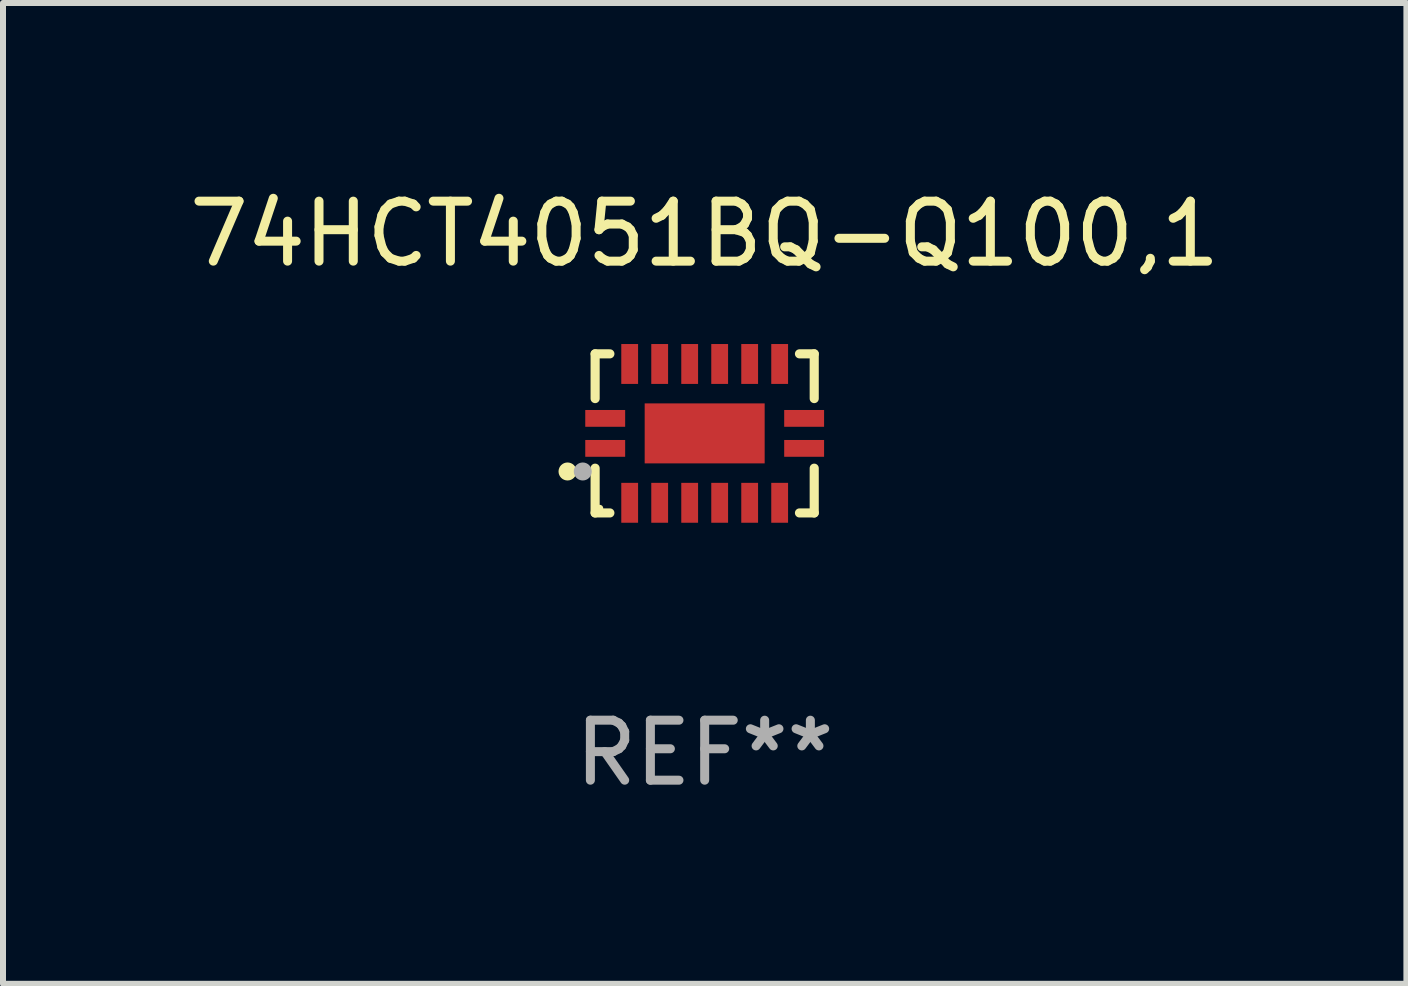
<source format=kicad_pcb>
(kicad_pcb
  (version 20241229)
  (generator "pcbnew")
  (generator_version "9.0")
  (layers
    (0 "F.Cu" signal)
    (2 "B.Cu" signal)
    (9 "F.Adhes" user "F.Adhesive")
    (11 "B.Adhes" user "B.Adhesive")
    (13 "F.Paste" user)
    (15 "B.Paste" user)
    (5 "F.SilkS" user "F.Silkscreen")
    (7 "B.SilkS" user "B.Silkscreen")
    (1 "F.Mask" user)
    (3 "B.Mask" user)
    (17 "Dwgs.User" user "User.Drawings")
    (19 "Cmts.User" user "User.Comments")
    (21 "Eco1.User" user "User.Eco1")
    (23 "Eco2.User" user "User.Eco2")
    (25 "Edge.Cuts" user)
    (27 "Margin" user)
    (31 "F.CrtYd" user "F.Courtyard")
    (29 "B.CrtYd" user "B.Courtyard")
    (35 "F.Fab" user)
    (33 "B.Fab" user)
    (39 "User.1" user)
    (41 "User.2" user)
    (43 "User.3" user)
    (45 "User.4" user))
  (footprint "74HCT4051BQ-Q100,1"
    (layer "F.Cu")
    (at 8.696 4.174)
    (property "Reference" "74HCT4051BQ-Q100,1" (at 0 -3.326 0) (layer "F.SilkS") (effects (font (size 1 1) (thickness 0.15))))
    (attr through_hole)
    (fp_line (start -1.826 -1.326) (end -1.58 -1.326) (stroke (width 0.152) (type solid)) (layer "F.SilkS"))
    (fp_line (start -1.826 -0.58) (end -1.826 -1.326) (stroke (width 0.152) (type solid)) (layer "F.SilkS"))
    (fp_line (start -1.826 0.58) (end -1.826 1.326) (stroke (width 0.152) (type solid)) (layer "F.SilkS"))
    (fp_line (start -1.826 1.326) (end -1.58 1.326) (stroke (width 0.152) (type solid)) (layer "F.SilkS"))
    (fp_line (start 1.826 -1.326) (end 1.58 -1.326) (stroke (width 0.152) (type solid)) (layer "F.SilkS"))
    (fp_line (start 1.826 -0.58) (end 1.826 -1.326) (stroke (width 0.152) (type solid)) (layer "F.SilkS"))
    (fp_line (start 1.826 0.58) (end 1.826 1.326) (stroke (width 0.152) (type solid)) (layer "F.SilkS"))
    (fp_line (start 1.826 1.326) (end 1.58 1.326) (stroke (width 0.152) (type solid)) (layer "F.SilkS"))
    (fp_circle (center -2.286 0.635) (end -2.211 0.635) (stroke (width 0.15) (type solid)) (fill no) (layer "F.SilkS"))
    (fp_circle (center -1.75 1.25) (end -1.72 1.25) (stroke (width 0.06) (type solid)) (fill no) (layer "F.SilkS"))
    (fp_circle (center -2.032 0.635) (end -1.957 0.635) (stroke (width 0.15) (type solid)) (fill no) (layer "F.Fab"))
    (fp_text user "REF**" (at 0 5.326 0) (layer "F.Fab") (effects (font (size 1 1) (thickness 0.15))))
    (pad "1" smd rect (at -1.658 0.25) (size 0.665 0.28) (layers "F.Cu" "F.Mask" "F.Paste"))
    (pad "2" smd rect (at -1.25 1.157) (size 0.28 0.665) (layers "F.Cu" "F.Mask" "F.Paste"))
    (pad "3" smd rect (at -0.75 1.157) (size 0.28 0.665) (layers "F.Cu" "F.Mask" "F.Paste"))
    (pad "4" smd rect (at -0.25 1.157) (size 0.28 0.665) (layers "F.Cu" "F.Mask" "F.Paste"))
    (pad "5" smd rect (at 0.25 1.157) (size 0.28 0.665) (layers "F.Cu" "F.Mask" "F.Paste"))
    (pad "6" smd rect (at 0.75 1.157) (size 0.28 0.665) (layers "F.Cu" "F.Mask" "F.Paste"))
    (pad "7" smd rect (at 1.25 1.157) (size 0.28 0.665) (layers "F.Cu" "F.Mask" "F.Paste"))
    (pad "8" smd rect (at 1.658 0.25) (size 0.665 0.28) (layers "F.Cu" "F.Mask" "F.Paste"))
    (pad "9" smd rect (at 1.658 -0.25) (size 0.665 0.28) (layers "F.Cu" "F.Mask" "F.Paste"))
    (pad "10" smd rect (at 1.25 -1.157) (size 0.28 0.665) (layers "F.Cu" "F.Mask" "F.Paste"))
    (pad "11" smd rect (at 0.75 -1.157) (size 0.28 0.665) (layers "F.Cu" "F.Mask" "F.Paste"))
    (pad "12" smd rect (at 0.25 -1.157) (size 0.28 0.665) (layers "F.Cu" "F.Mask" "F.Paste"))
    (pad "13" smd rect (at -0.25 -1.157) (size 0.28 0.665) (layers "F.Cu" "F.Mask" "F.Paste"))
    (pad "14" smd rect (at -0.75 -1.157) (size 0.28 0.665) (layers "F.Cu" "F.Mask" "F.Paste"))
    (pad "15" smd rect (at -1.25 -1.157) (size 0.28 0.665) (layers "F.Cu" "F.Mask" "F.Paste"))
    (pad "16" smd rect (at -1.658 -0.25) (size 0.665 0.28) (layers "F.Cu" "F.Mask" "F.Paste"))
    (pad "17" smd rect (at 0 0) (size 2 1) (layers "F.Cu" "F.Mask" "F.Paste")))
  (gr_rect
    (start -3 -3)
    (end 20.393 13.349)
    (stroke (width 0.1) (type default))
    (fill no)
    (layer "Edge.Cuts")))
</source>
